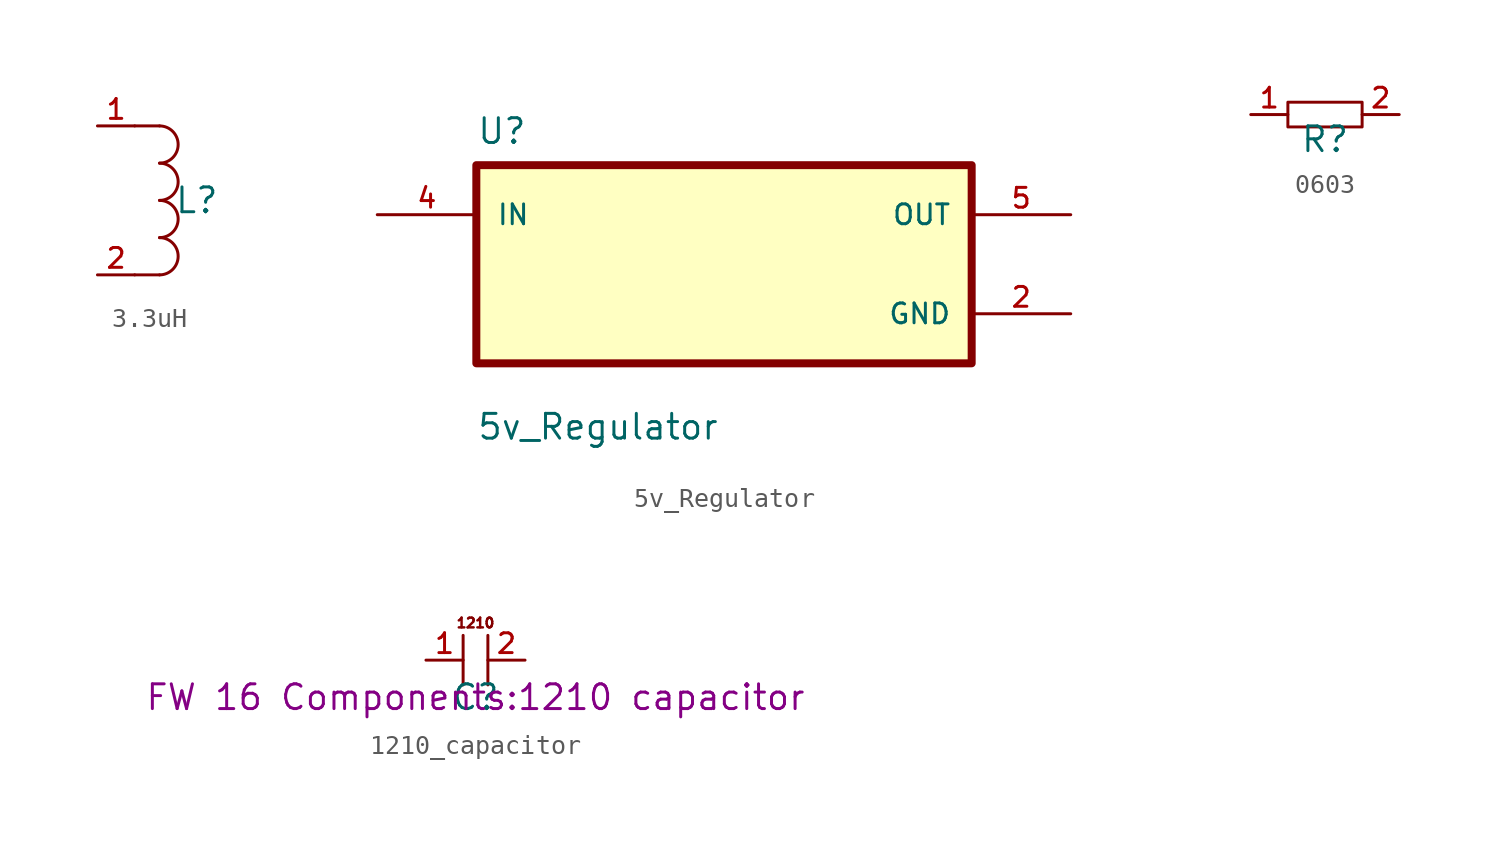
<source format=kicad_sym>
(kicad_symbol_lib
  (version 20231120)
  (generator "kicad_symbol_editor")
  (generator_version "8.0")
  (symbol "3.3uH"
    (property "Reference" "L"
      (at 3.81 0 0)
      (effects (font (size 1.27 1.27))))
    (property "Value" ""
      (at 0 0 0)
      (effects (font (size 1.27 1.27))))
    (symbol "3.3uH_1_0"
      (polyline (pts (xy 0.635 -3.81) (xy 1.905 -3.81)) (stroke (width 0) (type default)) (fill (type none)))
      (polyline (pts (xy 0.635 3.81) (xy 1.905 3.81)) (stroke (width 0) (type default)) (fill (type none)))
      (arc (start 1.905 -3.81) (mid 2.8575 -2.8575) (end 1.905 -1.905) (stroke (width 0) (type default)) (fill (type none)))
      (arc (start 1.905 -1.905) (mid 2.8575 -0.9525) (end 1.905 0) (stroke (width 0) (type default)) (fill (type none)))
      (arc (start 1.905 0) (mid 2.8575 0.9525) (end 1.905 1.905) (stroke (width 0) (type default)) (fill (type none)))
      (arc (start 1.905 1.905) (mid 2.8575 2.8575) (end 1.905 3.81) (stroke (width 0) (type default)) (fill (type none)))
      (pin passive line (at -1.27 3.81 0) (length 1.905) (name "" (effects (font (size 1.016 1.016)))) (number "1" (effects (font (size 1.016 1.016)))))
      (pin passive line (at -1.27 -3.81 0) (length 1.905) (name "" (effects (font (size 1.016 1.016)))) (number "2" (effects (font (size 1.016 1.016)))))))
  (symbol "5v_Regulator"
    (pin_names
      (offset 1.016))
    (property "Reference" "U"
      (at -12.7 6.08 0)
      (effects (font (size 1.27 1.27)) (justify left bottom)))
    (property "Value" "5v_Regulator"
      (at -12.7 -9.08 0)
      (effects (font (size 1.27 1.27)) (justify left bottom)))
    (symbol "5v_Regulator_0_0"
      (rectangle (start -12.7 -5.08) (end 12.7 5.08) (stroke (width 0.41) (type default)) (fill (type background)))
      (pin power_in line (at 17.78 -2.54 180) (length 5.08) (name "GND" (effects (font (size 1.016 1.016)))) (number "2" (effects (font (size 1.016 1.016)))))
      (pin input line (at -17.78 2.54 0) (length 5.08) (name "IN" (effects (font (size 1.016 1.016)))) (number "4" (effects (font (size 1.016 1.016)))))
      (pin output line (at 17.78 2.54 180) (length 5.08) (name "OUT" (effects (font (size 1.016 1.016)))) (number "5" (effects (font (size 1.016 1.016)))))))
  (symbol "0603"
    (property "Reference" "R"
      (at 0 0 0)
      (effects (font (size 1.27 1.27))))
    (property "Value" ""
      (at 0 0 0)
      (effects (font (size 1.27 1.27))))
    (symbol "0603_0_0"
      (rectangle (start -1.905 1.905) (end 1.905 0.635) (stroke (width 0) (type default)) (fill (type none))))
    (symbol "0603_1_0"
      (pin passive line (at -3.81 1.27 0) (length 1.905) (name "" (effects (font (size 1.016 1.016)))) (number "1" (effects (font (size 1.016 1.016)))))
      (pin passive line (at 3.81 1.27 180) (length 1.905) (name "" (effects (font (size 1.016 1.016)))) (number "2" (effects (font (size 1.016 1.016)))))))
  (symbol "1210_capacitor"
    (property "Reference" "C"
      (at 0 0 0)
      (effects (font (size 1.27 1.27))))
    (property "Value" ""
      (at 0 0 0)
      (effects (font (size 1.27 1.27))))
    (property "Footprint" "FW 16 Components:1210 capacitor"
      (at 0 0 0)
      (effects (font (size 1.27 1.27))))
    (symbol "1210_capacitor_0_0"
      (polyline (pts (xy -0.635 3.175) (xy -0.635 0.635)) (stroke (width 0) (type default)) (fill (type none)))
      (polyline (pts (xy 0.635 3.175) (xy 0.635 0.635)) (stroke (width 0) (type default)) (fill (type none))))
    (symbol "1210_capacitor_1_0"
      (text "1210\n" (at 0 3.81 0) (effects (font (size 0.5 0.5))))
      (pin passive line (at -2.54 1.905 0) (length 1.905) (name "" (effects (font (size 1.016 1.016)))) (number "1" (effects (font (size 1.016 1.016)))))
      (pin passive line (at 2.54 1.905 180) (length 1.905) (name "" (effects (font (size 1.016 1.016)))) (number "2" (effects (font (size 1.016 1.016))))))))
</source>
